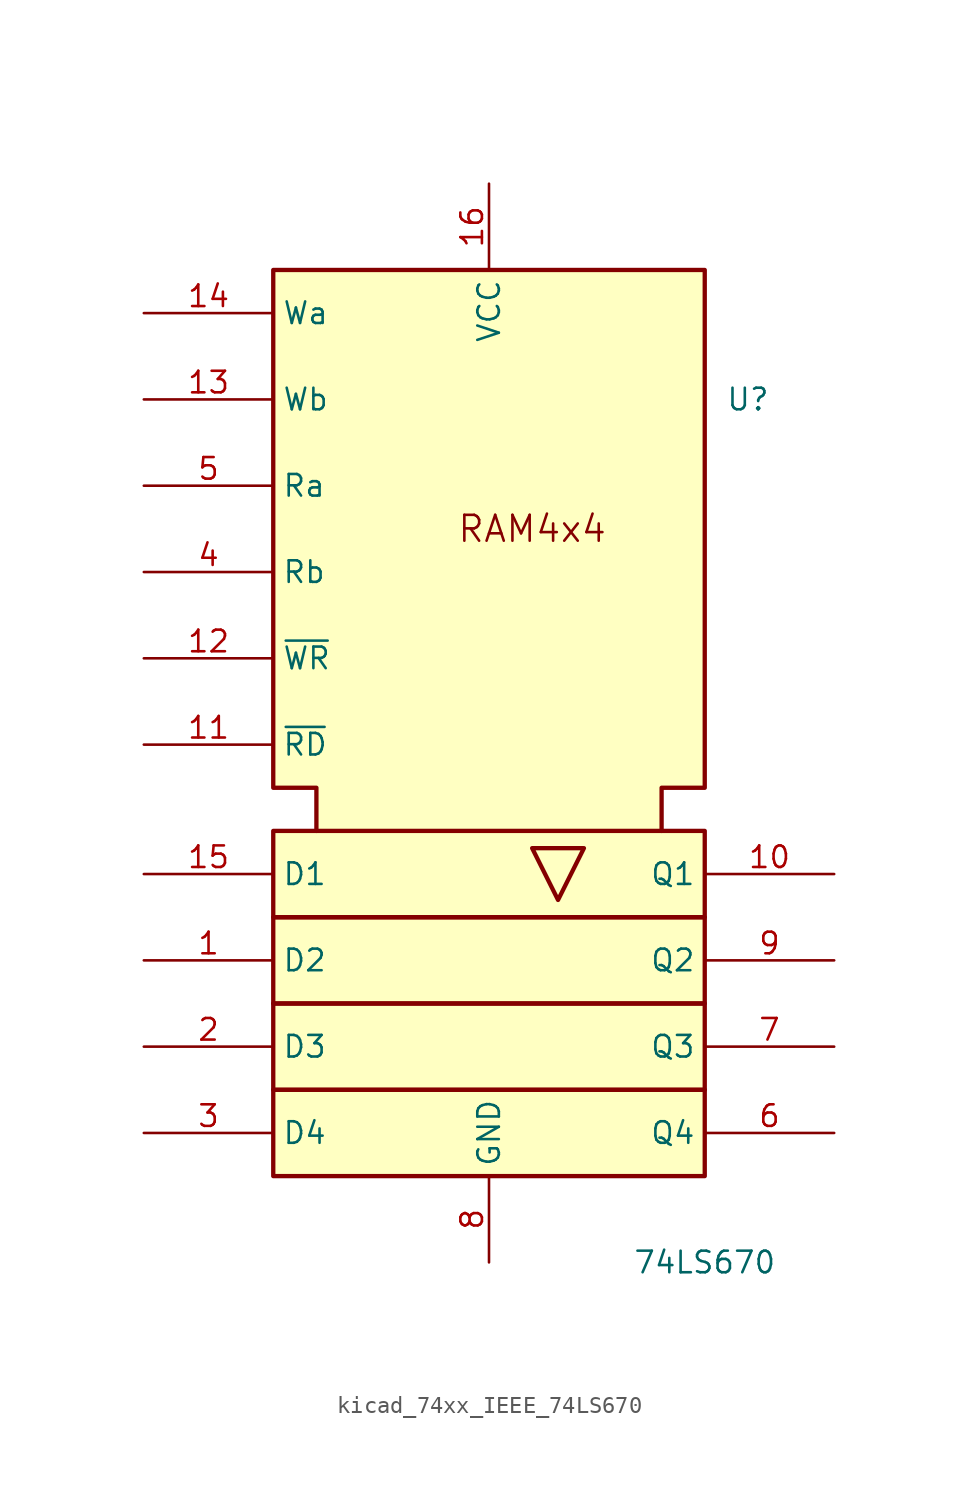
<source format=kicad_sym>
(kicad_symbol_lib
  (version 20220914)
  (generator kicad_symbol_editor)
  (symbol "kicad_74xx_IEEE_74LS670"
    (property "Reference" "U"
      (at 15.24 20.32 0)
      (effects (font (size 1.27 1.27))))
    (property "Value" "74LS670"
      (at 12.7 -30.48 0)
      (effects (font (size 1.27 1.27))))
    (symbol "kicad_74xx_IEEE_74LS670_0_0"
      (rectangle (start -12.7 -20.32) (end 12.7 -25.4) (stroke (width 0.254) (type default)) (fill (type background)))
      (rectangle (start -12.7 -15.24) (end 12.7 -20.32) (stroke (width 0.254) (type default)) (fill (type background)))
      (rectangle (start -12.7 -10.16) (end 12.7 -15.24) (stroke (width 0.254) (type default)) (fill (type background)))
      (polyline (pts (xy 5.588 -6.096) (xy 2.54 -6.096) (xy 4.064 -9.144) (xy 5.588 -6.096) (xy 5.588 -6.096)) (stroke (width 0.254) (type default)) (fill (type background)))
      (polyline (pts (xy -10.16 -5.08) (xy -10.16 -2.54) (xy -12.7 -2.54) (xy -12.7 27.94) (xy 12.7 27.94) (xy 12.7 -2.54) (xy 10.16 -2.54) (xy 10.16 -5.08) (xy 10.16 -5.08)) (stroke (width 0.254) (type default)) (fill (type background)))
      (text "RAM4x4" (at 2.54 12.7 0) (effects (font (size 1.524 1.524))))
      (pin power_in line (at 0 33.02 270) (length 5.08) (name "VCC" (effects (font (size 1.27 1.27)))) (number "16" (effects (font (size 1.27 1.27)))))
      (pin power_in line (at 0 -30.48 90) (length 5.08) (name "GND" (effects (font (size 1.27 1.27)))) (number "8" (effects (font (size 1.27 1.27))))))
    (symbol "kicad_74xx_IEEE_74LS670_0_1"
      (rectangle (start -12.7 -5.08) (end 12.7 -10.16) (stroke (width 0.254) (type default)) (fill (type background))))
    (symbol "kicad_74xx_IEEE_74LS670_1_1"
      (pin input line (at -20.32 -12.7 0) (length 7.62) (name "D2" (effects (font (size 1.27 1.27)))) (number "1" (effects (font (size 1.27 1.27)))))
      (pin tri_state line (at 20.32 -7.62 180) (length 7.62) (name "Q1" (effects (font (size 1.27 1.27)))) (number "10" (effects (font (size 1.27 1.27)))))
      (pin input line (at -20.32 0 0) (length 7.62) (name "~{RD}" (effects (font (size 1.27 1.27)))) (number "11" (effects (font (size 1.27 1.27)))))
      (pin input line (at -20.32 5.08 0) (length 7.62) (name "~{WR}" (effects (font (size 1.27 1.27)))) (number "12" (effects (font (size 1.27 1.27)))))
      (pin input line (at -20.32 20.32 0) (length 7.62) (name "Wb" (effects (font (size 1.27 1.27)))) (number "13" (effects (font (size 1.27 1.27)))))
      (pin input line (at -20.32 25.4 0) (length 7.62) (name "Wa" (effects (font (size 1.27 1.27)))) (number "14" (effects (font (size 1.27 1.27)))))
      (pin input line (at -20.32 -7.62 0) (length 7.62) (name "D1" (effects (font (size 1.27 1.27)))) (number "15" (effects (font (size 1.27 1.27)))))
      (pin input line (at -20.32 -17.78 0) (length 7.62) (name "D3" (effects (font (size 1.27 1.27)))) (number "2" (effects (font (size 1.27 1.27)))))
      (pin input line (at -20.32 -22.86 0) (length 7.62) (name "D4" (effects (font (size 1.27 1.27)))) (number "3" (effects (font (size 1.27 1.27)))))
      (pin input line (at -20.32 10.16 0) (length 7.62) (name "Rb" (effects (font (size 1.27 1.27)))) (number "4" (effects (font (size 1.27 1.27)))))
      (pin input line (at -20.32 15.24 0) (length 7.62) (name "Ra" (effects (font (size 1.27 1.27)))) (number "5" (effects (font (size 1.27 1.27)))))
      (pin tri_state line (at 20.32 -22.86 180) (length 7.62) (name "Q4" (effects (font (size 1.27 1.27)))) (number "6" (effects (font (size 1.27 1.27)))))
      (pin tri_state line (at 20.32 -17.78 180) (length 7.62) (name "Q3" (effects (font (size 1.27 1.27)))) (number "7" (effects (font (size 1.27 1.27)))))
      (pin tri_state line (at 20.32 -12.7 180) (length 7.62) (name "Q2" (effects (font (size 1.27 1.27)))) (number "9" (effects (font (size 1.27 1.27))))))))
</source>
